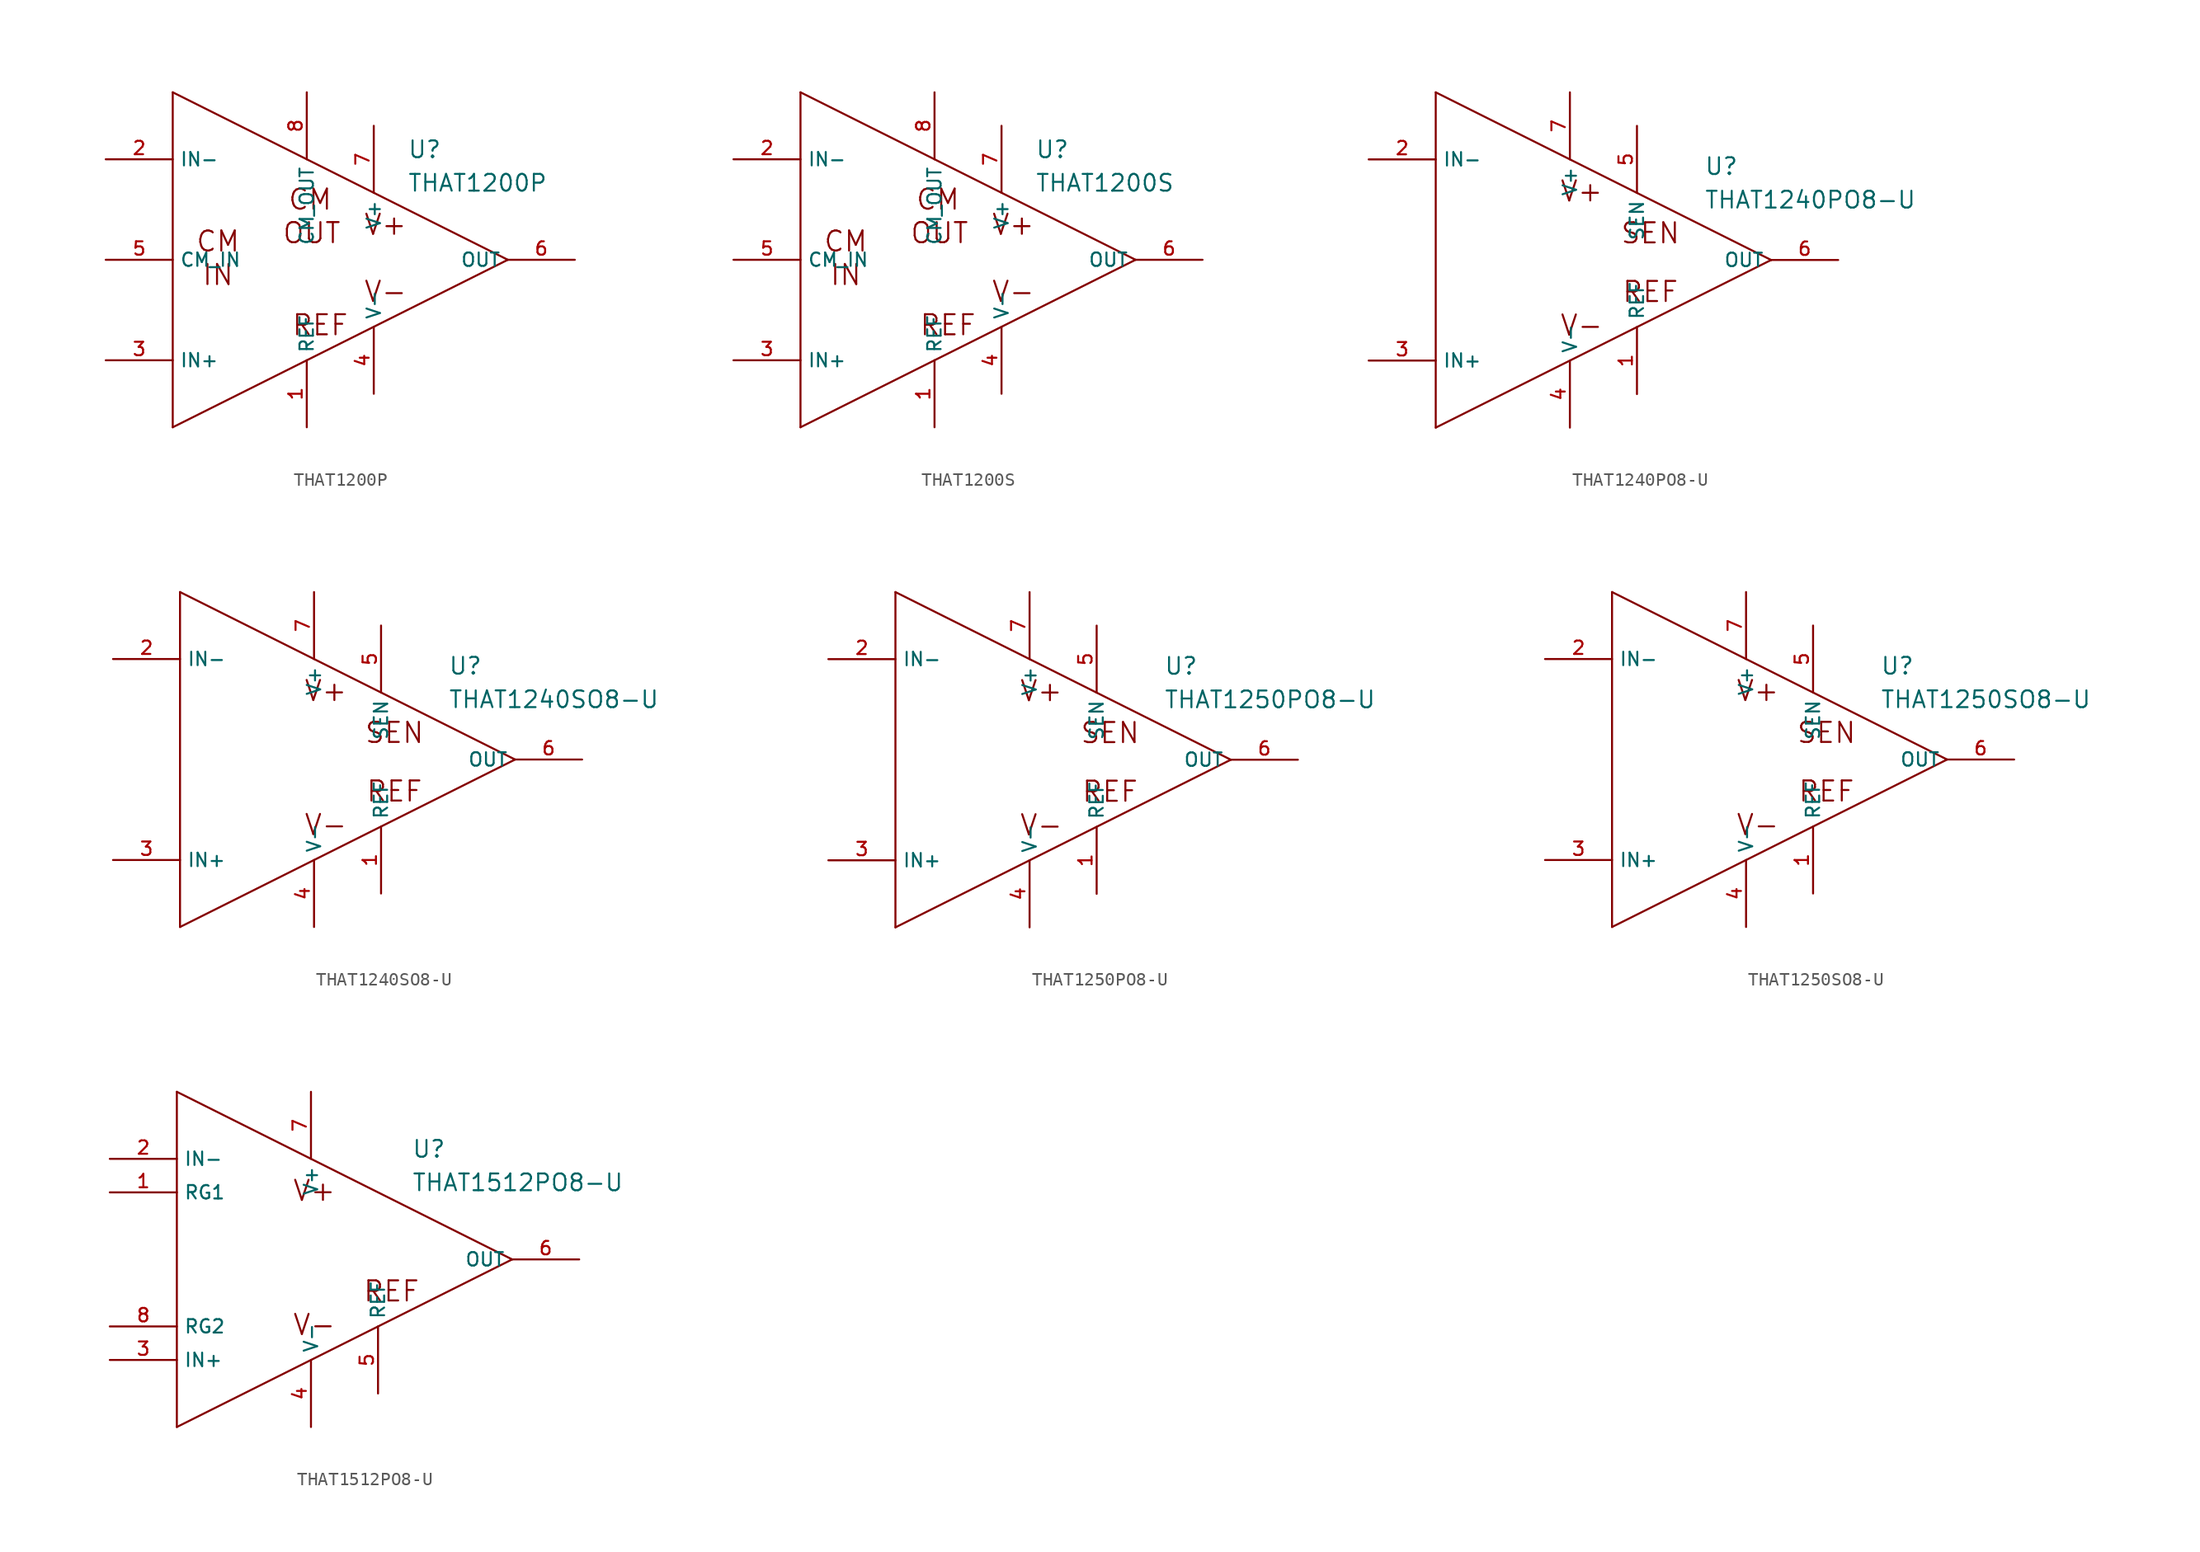
<source format=kicad_sym>
(kicad_symbol_lib
  (version 20200126)
  (host kicad_symbol_editor "5.99.0-unknown-1463dd1~101~ubuntu18.04.1")
  (symbol "that-corp-edit:THAT1200P"
    (property "Reference" "U"
      (at 7.62 7.62 0)
      (effects (font (size 1.27 1.27)) (justify left bottom)))
    (property "Value" "THAT1200P"
      (at 7.62 5.08 0)
      (effects (font (size 1.27 1.27)) (justify left bottom)))
    (property "ki_locked" ""
      (at 0 0 0)
      (effects (font (size 1.27 1.27))))
    (symbol "THAT1200P_1_0"
      (text "V+" (at 5.969 2.667 0) (effects (font (size 1.524 1.524))))
      (text "V-" (at 5.969 -2.413 0) (effects (font (size 1.524 1.524))))
      (text "REF" (at 1.016 -4.953 0) (effects (font (size 1.524 1.524))))
      (text "CM" (at 0.254 4.572 0) (effects (font (size 1.524 1.524))))
      (text "OUT" (at 0.381 2.032 0) (effects (font (size 1.524 1.524))))
      (text "CM" (at -6.731 1.397 0) (effects (font (size 1.524 1.524))))
      (text "IN" (at -6.731 -1.143 0) (effects (font (size 1.524 1.524))))
      (polyline (pts (xy -10.16 12.7) (xy -10.16 -12.7)) (stroke (width 0)) (fill (type none)))
      (polyline (pts (xy -10.16 -12.7) (xy 15.24 0)) (stroke (width 0)) (fill (type none)))
      (polyline (pts (xy 15.24 0) (xy -10.16 12.7)) (stroke (width 0)) (fill (type none))))
    (symbol "THAT1200P_1_1"
      (pin input line (at -15.24 0 0) (length 5.08) (name "CM_IN" (effects (font (size 1.016 1.016)))) (number "5" (effects (font (size 1.016 1.016)))))
      (pin output line (at 0 12.7 270) (length 5.08) (name "CM_OUT" (effects (font (size 1.016 1.016)))) (number "8" (effects (font (size 1.016 1.016)))))
      (pin input line (at -15.24 -7.62 0) (length 5.08) (name "IN+" (effects (font (size 1.016 1.016)))) (number "3" (effects (font (size 1.016 1.016)))))
      (pin input line (at -15.24 7.62 0) (length 5.08) (name "IN-" (effects (font (size 1.016 1.016)))) (number "2" (effects (font (size 1.016 1.016)))))
      (pin output line (at 20.32 0 180) (length 5.08) (name "OUT" (effects (font (size 1.016 1.016)))) (number "6" (effects (font (size 1.016 1.016)))))
      (pin passive line (at 0 -12.7 90) (length 5.08) (name "REF" (effects (font (size 1.016 1.016)))) (number "1" (effects (font (size 1.016 1.016)))))
      (pin power_in line (at 5.08 10.16 270) (length 5.08) (name "V+" (effects (font (size 1.016 1.016)))) (number "7" (effects (font (size 1.016 1.016)))))
      (pin power_in line (at 5.08 -10.16 90) (length 5.08) (name "V-" (effects (font (size 1.016 1.016)))) (number "4" (effects (font (size 1.016 1.016)))))))
  (symbol "that-corp-edit:THAT1200S"
    (property "Reference" "U"
      (at 7.62 7.62 0)
      (effects (font (size 1.27 1.27)) (justify left bottom)))
    (property "Value" "THAT1200S"
      (at 7.62 5.08 0)
      (effects (font (size 1.27 1.27)) (justify left bottom)))
    (property "ki_locked" ""
      (at 0 0 0)
      (effects (font (size 1.27 1.27))))
    (symbol "THAT1200S_1_0"
      (text "V+" (at 5.969 2.667 0) (effects (font (size 1.524 1.524))))
      (text "V-" (at 5.969 -2.413 0) (effects (font (size 1.524 1.524))))
      (text "REF" (at 1.016 -4.953 0) (effects (font (size 1.524 1.524))))
      (text "CM" (at 0.254 4.572 0) (effects (font (size 1.524 1.524))))
      (text "OUT" (at 0.381 2.032 0) (effects (font (size 1.524 1.524))))
      (text "CM" (at -6.731 1.397 0) (effects (font (size 1.524 1.524))))
      (text "IN" (at -6.731 -1.143 0) (effects (font (size 1.524 1.524))))
      (polyline (pts (xy -10.16 12.7) (xy -10.16 -12.7)) (stroke (width 0)) (fill (type none)))
      (polyline (pts (xy -10.16 -12.7) (xy 15.24 0)) (stroke (width 0)) (fill (type none)))
      (polyline (pts (xy 15.24 0) (xy -10.16 12.7)) (stroke (width 0)) (fill (type none))))
    (symbol "THAT1200S_1_1"
      (pin input line (at -15.24 0 0) (length 5.08) (name "CM_IN" (effects (font (size 1.016 1.016)))) (number "5" (effects (font (size 1.016 1.016)))))
      (pin output line (at 0 12.7 270) (length 5.08) (name "CM_OUT" (effects (font (size 1.016 1.016)))) (number "8" (effects (font (size 1.016 1.016)))))
      (pin input line (at -15.24 -7.62 0) (length 5.08) (name "IN+" (effects (font (size 1.016 1.016)))) (number "3" (effects (font (size 1.016 1.016)))))
      (pin input line (at -15.24 7.62 0) (length 5.08) (name "IN-" (effects (font (size 1.016 1.016)))) (number "2" (effects (font (size 1.016 1.016)))))
      (pin output line (at 20.32 0 180) (length 5.08) (name "OUT" (effects (font (size 1.016 1.016)))) (number "6" (effects (font (size 1.016 1.016)))))
      (pin passive line (at 0 -12.7 90) (length 5.08) (name "REF" (effects (font (size 1.016 1.016)))) (number "1" (effects (font (size 1.016 1.016)))))
      (pin power_in line (at 5.08 10.16 270) (length 5.08) (name "V+" (effects (font (size 1.016 1.016)))) (number "7" (effects (font (size 1.016 1.016)))))
      (pin power_in line (at 5.08 -10.16 90) (length 5.08) (name "V-" (effects (font (size 1.016 1.016)))) (number "4" (effects (font (size 1.016 1.016)))))))
  (symbol "that-corp-edit:THAT1240PO8-U"
    (property "Reference" "U"
      (at 10.16 6.35 0)
      (effects (font (size 1.27 1.27)) (justify left bottom)))
    (property "Value" "THAT1240PO8-U"
      (at 10.16 3.81 0)
      (effects (font (size 1.27 1.27)) (justify left bottom)))
    (property "ki_locked" ""
      (at 0 0 0)
      (effects (font (size 1.27 1.27))))
    (symbol "THAT1240PO8-U_1_0"
      (text "V+" (at 0.889 5.207 0) (effects (font (size 1.524 1.524))))
      (text "V-" (at 0.889 -4.953 0) (effects (font (size 1.524 1.524))))
      (text "REF" (at 6.096 -2.413 0) (effects (font (size 1.524 1.524))))
      (text "SEN" (at 6.096 2.032 0) (effects (font (size 1.524 1.524))))
      (polyline (pts (xy -10.16 12.7) (xy -10.16 -12.7)) (stroke (width 0)) (fill (type none)))
      (polyline (pts (xy -10.16 -12.7) (xy 15.24 0)) (stroke (width 0)) (fill (type none)))
      (polyline (pts (xy 15.24 0) (xy -10.16 12.7)) (stroke (width 0)) (fill (type none))))
    (symbol "THAT1240PO8-U_1_1"
      (pin input line (at -15.24 -7.62 0) (length 5.08) (name "IN+" (effects (font (size 1.016 1.016)))) (number "3" (effects (font (size 1.016 1.016)))))
      (pin input line (at -15.24 7.62 0) (length 5.08) (name "IN-" (effects (font (size 1.016 1.016)))) (number "2" (effects (font (size 1.016 1.016)))))
      (pin output line (at 20.32 0 180) (length 5.08) (name "OUT" (effects (font (size 1.016 1.016)))) (number "6" (effects (font (size 1.016 1.016)))))
      (pin passive line (at 5.08 -10.16 90) (length 5.08) (name "REF" (effects (font (size 1.016 1.016)))) (number "1" (effects (font (size 1.016 1.016)))))
      (pin output line (at 5.08 10.16 270) (length 5.08) (name "SEN" (effects (font (size 1.016 1.016)))) (number "5" (effects (font (size 1.016 1.016)))))
      (pin power_in line (at 0 12.7 270) (length 5.08) (name "V+" (effects (font (size 1.016 1.016)))) (number "7" (effects (font (size 1.016 1.016)))))
      (pin power_in line (at 0 -12.7 90) (length 5.08) (name "V-" (effects (font (size 1.016 1.016)))) (number "4" (effects (font (size 1.016 1.016)))))))
  (symbol "that-corp-edit:THAT1240SO8-U"
    (property "Reference" "U"
      (at 10.16 6.35 0)
      (effects (font (size 1.27 1.27)) (justify left bottom)))
    (property "Value" "THAT1240SO8-U"
      (at 10.16 3.81 0)
      (effects (font (size 1.27 1.27)) (justify left bottom)))
    (property "ki_locked" ""
      (at 0 0 0)
      (effects (font (size 1.27 1.27))))
    (symbol "THAT1240SO8-U_1_0"
      (text "V+" (at 0.889 5.207 0) (effects (font (size 1.524 1.524))))
      (text "V-" (at 0.889 -4.953 0) (effects (font (size 1.524 1.524))))
      (text "REF" (at 6.096 -2.413 0) (effects (font (size 1.524 1.524))))
      (text "SEN" (at 6.096 2.032 0) (effects (font (size 1.524 1.524))))
      (polyline (pts (xy -10.16 12.7) (xy -10.16 -12.7)) (stroke (width 0)) (fill (type none)))
      (polyline (pts (xy -10.16 -12.7) (xy 15.24 0)) (stroke (width 0)) (fill (type none)))
      (polyline (pts (xy 15.24 0) (xy -10.16 12.7)) (stroke (width 0)) (fill (type none))))
    (symbol "THAT1240SO8-U_1_1"
      (pin input line (at -15.24 -7.62 0) (length 5.08) (name "IN+" (effects (font (size 1.016 1.016)))) (number "3" (effects (font (size 1.016 1.016)))))
      (pin input line (at -15.24 7.62 0) (length 5.08) (name "IN-" (effects (font (size 1.016 1.016)))) (number "2" (effects (font (size 1.016 1.016)))))
      (pin output line (at 20.32 0 180) (length 5.08) (name "OUT" (effects (font (size 1.016 1.016)))) (number "6" (effects (font (size 1.016 1.016)))))
      (pin passive line (at 5.08 -10.16 90) (length 5.08) (name "REF" (effects (font (size 1.016 1.016)))) (number "1" (effects (font (size 1.016 1.016)))))
      (pin output line (at 5.08 10.16 270) (length 5.08) (name "SEN" (effects (font (size 1.016 1.016)))) (number "5" (effects (font (size 1.016 1.016)))))
      (pin power_in line (at 0 12.7 270) (length 5.08) (name "V+" (effects (font (size 1.016 1.016)))) (number "7" (effects (font (size 1.016 1.016)))))
      (pin power_in line (at 0 -12.7 90) (length 5.08) (name "V-" (effects (font (size 1.016 1.016)))) (number "4" (effects (font (size 1.016 1.016)))))))
  (symbol "that-corp-edit:THAT1250PO8-U"
    (property "Reference" "U"
      (at 10.16 6.35 0)
      (effects (font (size 1.27 1.27)) (justify left bottom)))
    (property "Value" "THAT1250PO8-U"
      (at 10.16 3.81 0)
      (effects (font (size 1.27 1.27)) (justify left bottom)))
    (property "ki_locked" ""
      (at 0 0 0)
      (effects (font (size 1.27 1.27))))
    (symbol "THAT1250PO8-U_1_0"
      (text "V+" (at 0.889 5.207 0) (effects (font (size 1.524 1.524))))
      (text "V-" (at 0.889 -4.953 0) (effects (font (size 1.524 1.524))))
      (text "REF" (at 6.096 -2.413 0) (effects (font (size 1.524 1.524))))
      (text "SEN" (at 6.096 2.032 0) (effects (font (size 1.524 1.524))))
      (polyline (pts (xy -10.16 12.7) (xy -10.16 -12.7)) (stroke (width 0)) (fill (type none)))
      (polyline (pts (xy -10.16 -12.7) (xy 15.24 0)) (stroke (width 0)) (fill (type none)))
      (polyline (pts (xy 15.24 0) (xy -10.16 12.7)) (stroke (width 0)) (fill (type none))))
    (symbol "THAT1250PO8-U_1_1"
      (pin input line (at -15.24 -7.62 0) (length 5.08) (name "IN+" (effects (font (size 1.016 1.016)))) (number "3" (effects (font (size 1.016 1.016)))))
      (pin input line (at -15.24 7.62 0) (length 5.08) (name "IN-" (effects (font (size 1.016 1.016)))) (number "2" (effects (font (size 1.016 1.016)))))
      (pin output line (at 20.32 0 180) (length 5.08) (name "OUT" (effects (font (size 1.016 1.016)))) (number "6" (effects (font (size 1.016 1.016)))))
      (pin passive line (at 5.08 -10.16 90) (length 5.08) (name "REF" (effects (font (size 1.016 1.016)))) (number "1" (effects (font (size 1.016 1.016)))))
      (pin output line (at 5.08 10.16 270) (length 5.08) (name "SEN" (effects (font (size 1.016 1.016)))) (number "5" (effects (font (size 1.016 1.016)))))
      (pin power_in line (at 0 12.7 270) (length 5.08) (name "V+" (effects (font (size 1.016 1.016)))) (number "7" (effects (font (size 1.016 1.016)))))
      (pin power_in line (at 0 -12.7 90) (length 5.08) (name "V-" (effects (font (size 1.016 1.016)))) (number "4" (effects (font (size 1.016 1.016)))))))
  (symbol "that-corp-edit:THAT1250SO8-U"
    (property "Reference" "U"
      (at 10.16 6.35 0)
      (effects (font (size 1.27 1.27)) (justify left bottom)))
    (property "Value" "THAT1250SO8-U"
      (at 10.16 3.81 0)
      (effects (font (size 1.27 1.27)) (justify left bottom)))
    (property "ki_locked" ""
      (at 0 0 0)
      (effects (font (size 1.27 1.27))))
    (symbol "THAT1250SO8-U_1_0"
      (text "V+" (at 0.889 5.207 0) (effects (font (size 1.524 1.524))))
      (text "V-" (at 0.889 -4.953 0) (effects (font (size 1.524 1.524))))
      (text "REF" (at 6.096 -2.413 0) (effects (font (size 1.524 1.524))))
      (text "SEN" (at 6.096 2.032 0) (effects (font (size 1.524 1.524))))
      (polyline (pts (xy -10.16 12.7) (xy -10.16 -12.7)) (stroke (width 0)) (fill (type none)))
      (polyline (pts (xy -10.16 -12.7) (xy 15.24 0)) (stroke (width 0)) (fill (type none)))
      (polyline (pts (xy 15.24 0) (xy -10.16 12.7)) (stroke (width 0)) (fill (type none))))
    (symbol "THAT1250SO8-U_1_1"
      (pin input line (at -15.24 -7.62 0) (length 5.08) (name "IN+" (effects (font (size 1.016 1.016)))) (number "3" (effects (font (size 1.016 1.016)))))
      (pin input line (at -15.24 7.62 0) (length 5.08) (name "IN-" (effects (font (size 1.016 1.016)))) (number "2" (effects (font (size 1.016 1.016)))))
      (pin output line (at 20.32 0 180) (length 5.08) (name "OUT" (effects (font (size 1.016 1.016)))) (number "6" (effects (font (size 1.016 1.016)))))
      (pin passive line (at 5.08 -10.16 90) (length 5.08) (name "REF" (effects (font (size 1.016 1.016)))) (number "1" (effects (font (size 1.016 1.016)))))
      (pin output line (at 5.08 10.16 270) (length 5.08) (name "SEN" (effects (font (size 1.016 1.016)))) (number "5" (effects (font (size 1.016 1.016)))))
      (pin power_in line (at 0 12.7 270) (length 5.08) (name "V+" (effects (font (size 1.016 1.016)))) (number "7" (effects (font (size 1.016 1.016)))))
      (pin power_in line (at 0 -12.7 90) (length 5.08) (name "V-" (effects (font (size 1.016 1.016)))) (number "4" (effects (font (size 1.016 1.016)))))))
  (symbol "that-corp-edit:THAT1512PO8-U"
    (property "Reference" "U"
      (at 7.62 7.62 0)
      (effects (font (size 1.27 1.27)) (justify left bottom)))
    (property "Value" "THAT1512PO8-U"
      (at 7.62 5.08 0)
      (effects (font (size 1.27 1.27)) (justify left bottom)))
    (property "ki_locked" ""
      (at 0 0 0)
      (effects (font (size 1.27 1.27))))
    (symbol "THAT1512PO8-U_1_0"
      (text "V+" (at 0.254 5.207 0) (effects (font (size 1.524 1.524))))
      (text "V-" (at 0.254 -4.953 0) (effects (font (size 1.524 1.524))))
      (text "REF" (at 6.096 -2.413 0) (effects (font (size 1.524 1.524))))
      (polyline (pts (xy -10.16 12.7) (xy -10.16 -12.7)) (stroke (width 0)) (fill (type none)))
      (polyline (pts (xy -10.16 -12.7) (xy 15.24 0)) (stroke (width 0)) (fill (type none)))
      (polyline (pts (xy 15.24 0) (xy -10.16 12.7)) (stroke (width 0)) (fill (type none))))
    (symbol "THAT1512PO8-U_1_1"
      (pin input line (at -15.24 -7.62 0) (length 5.08) (name "IN+" (effects (font (size 1.016 1.016)))) (number "3" (effects (font (size 1.016 1.016)))))
      (pin input line (at -15.24 7.62 0) (length 5.08) (name "IN-" (effects (font (size 1.016 1.016)))) (number "2" (effects (font (size 1.016 1.016)))))
      (pin output line (at 20.32 0 180) (length 5.08) (name "OUT" (effects (font (size 1.016 1.016)))) (number "6" (effects (font (size 1.016 1.016)))))
      (pin input line (at 5.08 -10.16 90) (length 5.08) (name "REF" (effects (font (size 1.016 1.016)))) (number "5" (effects (font (size 1.016 1.016)))))
      (pin input line (at -15.24 5.08 0) (length 5.08) (name "RG1" (effects (font (size 1.016 1.016)))) (number "1" (effects (font (size 1.016 1.016)))))
      (pin input line (at -15.24 -5.08 0) (length 5.08) (name "RG2" (effects (font (size 1.016 1.016)))) (number "8" (effects (font (size 1.016 1.016)))))
      (pin power_in line (at 0 12.7 270) (length 5.08) (name "V+" (effects (font (size 1.016 1.016)))) (number "7" (effects (font (size 1.016 1.016)))))
      (pin power_in line (at 0 -12.7 90) (length 5.08) (name "V-" (effects (font (size 1.016 1.016)))) (number "4" (effects (font (size 1.016 1.016))))))))
</source>
